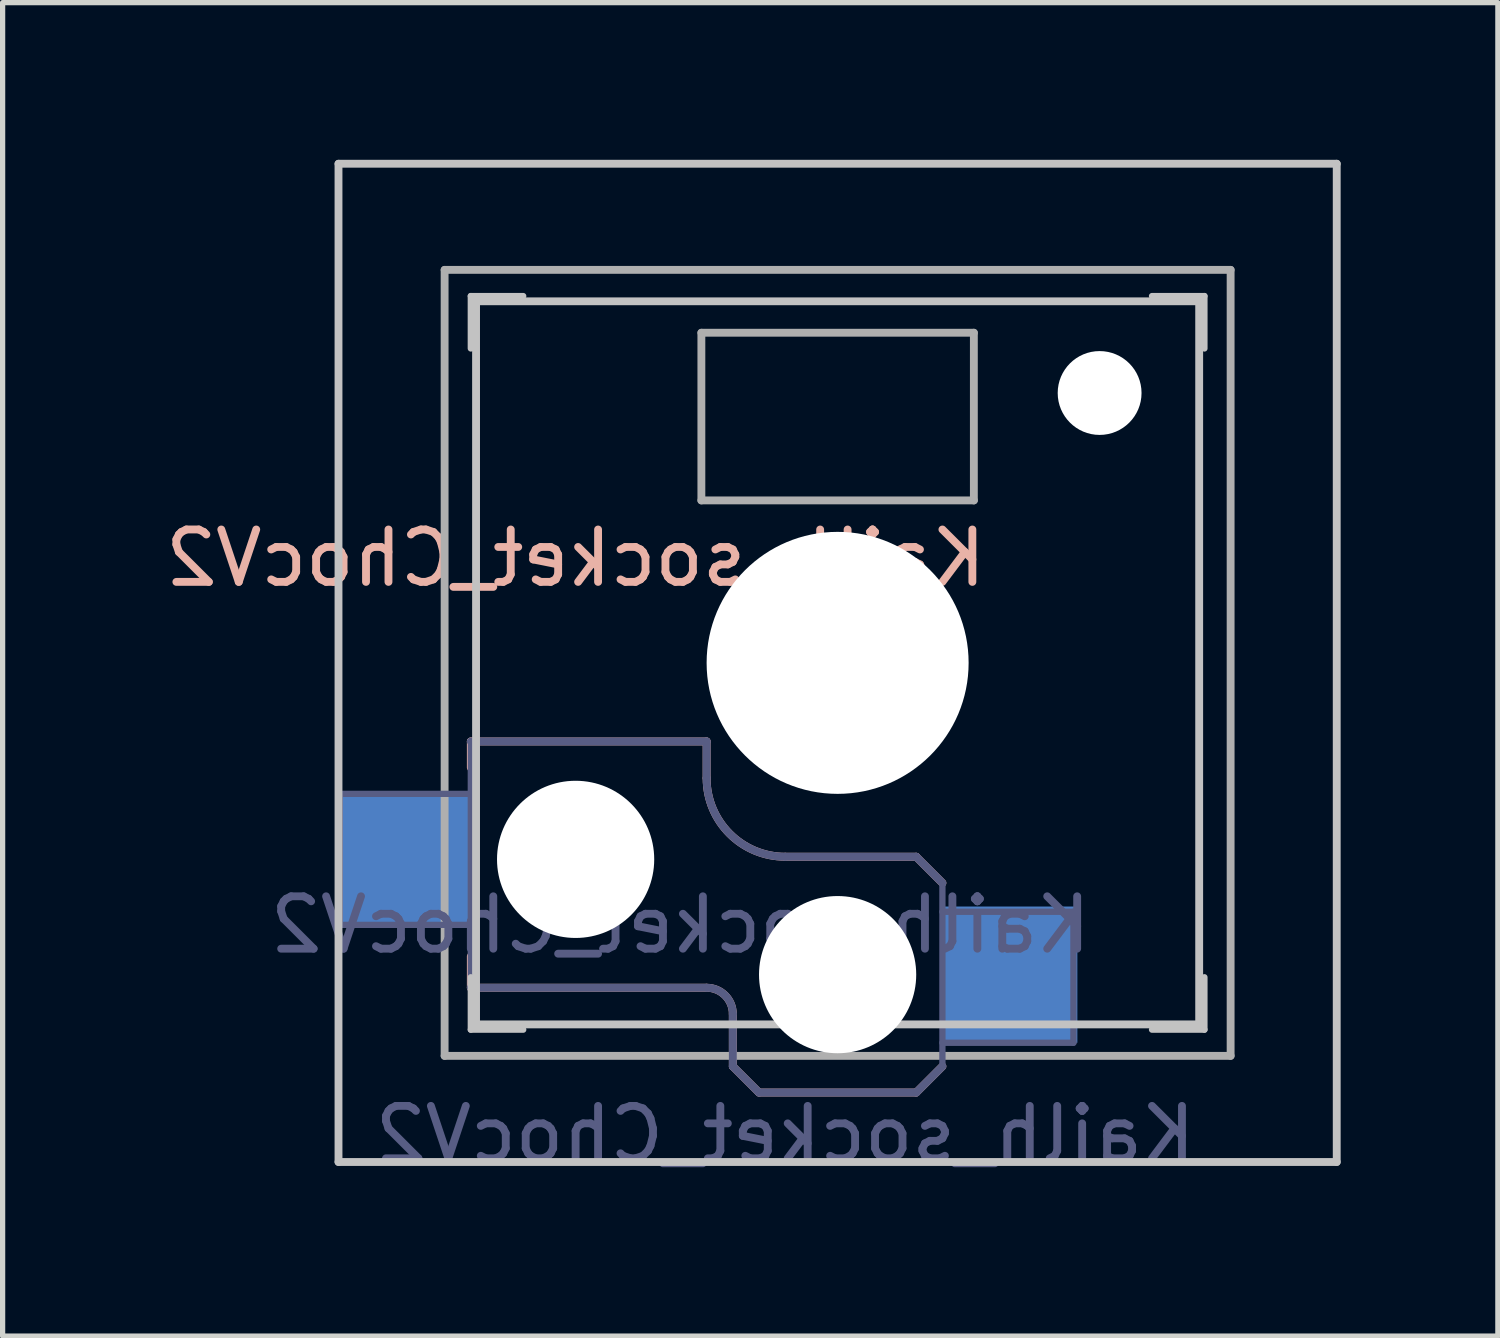
<source format=kicad_pcb>
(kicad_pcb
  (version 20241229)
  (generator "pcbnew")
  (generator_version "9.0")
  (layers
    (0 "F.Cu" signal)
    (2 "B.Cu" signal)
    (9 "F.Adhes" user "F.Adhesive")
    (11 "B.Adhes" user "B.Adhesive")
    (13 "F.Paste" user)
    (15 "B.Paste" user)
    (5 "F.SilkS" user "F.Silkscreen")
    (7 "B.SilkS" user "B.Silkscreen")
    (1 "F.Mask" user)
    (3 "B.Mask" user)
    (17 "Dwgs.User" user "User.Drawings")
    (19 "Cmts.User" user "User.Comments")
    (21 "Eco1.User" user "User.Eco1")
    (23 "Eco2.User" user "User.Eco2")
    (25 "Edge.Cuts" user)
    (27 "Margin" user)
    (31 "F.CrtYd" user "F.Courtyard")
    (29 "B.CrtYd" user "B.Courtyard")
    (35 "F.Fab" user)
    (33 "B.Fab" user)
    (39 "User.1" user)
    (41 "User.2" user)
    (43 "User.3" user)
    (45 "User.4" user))
  (footprint "Kailh_socket_ChocV2"
    (layer "F.Cu")
    (at 12.935 9.6)
    (property "Reference" "Kailh_socket_ChocV2" (at -5 -2 0) (layer "B.SilkS") (effects (font (size 1 1) (thickness 0.15)) (justify mirror)))
    (property "Value" "Kailh_socket_ChocV2" (at 0 8.255 0) (layer "F.Fab") (hide yes) (effects (font (size 1 1) (thickness 0.15))))
    (attr smd)
    (fp_line (start -7 1.5) (end -7 2) (stroke (width 0.15) (type solid)) (layer "B.SilkS"))
    (fp_line (start -7 5.6) (end -7 6.2) (stroke (width 0.15) (type solid)) (layer "B.SilkS"))
    (fp_line (start -7 6.2) (end -2.5 6.2) (stroke (width 0.15) (type solid)) (layer "B.SilkS"))
    (fp_line (start -2.5 1.5) (end -7 1.5) (stroke (width 0.15) (type solid)) (layer "B.SilkS"))
    (fp_line (start -2.5 2.2) (end -2.5 1.5) (stroke (width 0.15) (type solid)) (layer "B.SilkS"))
    (fp_line (start -2 6.7) (end -2 7.7) (stroke (width 0.15) (type solid)) (layer "B.SilkS"))
    (fp_line (start -1.5 8.2) (end -2 7.7) (stroke (width 0.15) (type solid)) (layer "B.SilkS"))
    (fp_line (start 1.5 3.7) (end -1 3.7) (stroke (width 0.15) (type solid)) (layer "B.SilkS"))
    (fp_line (start 1.5 8.2) (end -1.5 8.2) (stroke (width 0.15) (type solid)) (layer "B.SilkS"))
    (fp_line (start 2 4.2) (end 1.5 3.7) (stroke (width 0.15) (type solid)) (layer "B.SilkS"))
    (fp_line (start 2 7.7) (end 1.5 8.2) (stroke (width 0.15) (type solid)) (layer "B.SilkS"))
    (fp_arc (start -2.5 6.2) (mid -2.146447 6.346447) (end -2 6.7) (stroke (width 0.15) (type solid)) (layer "B.SilkS"))
    (fp_arc (start -1 3.7) (mid -2.06066 3.26066) (end -2.5 2.2) (stroke (width 0.15) (type solid)) (layer "B.SilkS"))
    (fp_line (start -9.525 -9.525) (end 9.525 -9.525) (stroke (width 0.15) (type solid)) (layer "Dwgs.User"))
    (fp_line (start -9.525 9.525) (end -9.525 -9.525) (stroke (width 0.15) (type solid)) (layer "Dwgs.User"))
    (fp_line (start -7 -7) (end -7 -6) (stroke (width 0.12) (type solid)) (layer "Dwgs.User"))
    (fp_line (start -7 -7) (end -6 -7) (stroke (width 0.12) (type solid)) (layer "Dwgs.User"))
    (fp_line (start -7 7) (end -7 6) (stroke (width 0.12) (type solid)) (layer "Dwgs.User"))
    (fp_line (start -7 7) (end -6 7) (stroke (width 0.12) (type solid)) (layer "Dwgs.User"))
    (fp_line (start -6.9 6.9) (end -6.9 -6.9) (stroke (width 0.15) (type solid)) (layer "Dwgs.User"))
    (fp_line (start -6.9 6.9) (end 6.9 6.9) (stroke (width 0.15) (type solid)) (layer "Dwgs.User"))
    (fp_line (start 6.9 -6.9) (end -6.9 -6.9) (stroke (width 0.15) (type solid)) (layer "Dwgs.User"))
    (fp_line (start 6.9 -6.9) (end 6.9 6.9) (stroke (width 0.15) (type solid)) (layer "Dwgs.User"))
    (fp_line (start 7 -7) (end 6 -7) (stroke (width 0.12) (type solid)) (layer "Dwgs.User"))
    (fp_line (start 7 -7) (end 7 -6) (stroke (width 0.12) (type solid)) (layer "Dwgs.User"))
    (fp_line (start 7 7) (end 6 7) (stroke (width 0.12) (type solid)) (layer "Dwgs.User"))
    (fp_line (start 7 7) (end 7 6) (stroke (width 0.12) (type solid)) (layer "Dwgs.User"))
    (fp_line (start 9.525 -9.525) (end 9.525 9.525) (stroke (width 0.15) (type solid)) (layer "Dwgs.User"))
    (fp_line (start 9.525 9.525) (end -9.525 9.525) (stroke (width 0.15) (type solid)) (layer "Dwgs.User"))
    (fp_line (start -9.5 2.5) (end -7 2.5) (stroke (width 0.12) (type solid)) (layer "B.Fab"))
    (fp_line (start -9.5 5) (end -9.5 2.5) (stroke (width 0.12) (type solid)) (layer "B.Fab"))
    (fp_line (start -7 1.5) (end -7 6.2) (stroke (width 0.12) (type solid)) (layer "B.Fab"))
    (fp_line (start -7 5) (end -9.5 5) (stroke (width 0.12) (type solid)) (layer "B.Fab"))
    (fp_line (start -7 6.2) (end -2.5 6.2) (stroke (width 0.15) (type solid)) (layer "B.Fab"))
    (fp_line (start -2.5 1.5) (end -7 1.5) (stroke (width 0.15) (type solid)) (layer "B.Fab"))
    (fp_line (start -2.5 2.2) (end -2.5 1.5) (stroke (width 0.15) (type solid)) (layer "B.Fab"))
    (fp_line (start -2 6.7) (end -2 7.7) (stroke (width 0.15) (type solid)) (layer "B.Fab"))
    (fp_line (start -1.5 8.2) (end -2 7.7) (stroke (width 0.15) (type solid)) (layer "B.Fab"))
    (fp_line (start 1.5 3.7) (end -1 3.7) (stroke (width 0.15) (type solid)) (layer "B.Fab"))
    (fp_line (start 1.5 8.2) (end -1.5 8.2) (stroke (width 0.15) (type solid)) (layer "B.Fab"))
    (fp_line (start 2 4.2) (end 1.5 3.7) (stroke (width 0.15) (type solid)) (layer "B.Fab"))
    (fp_line (start 2 4.25) (end 2 7.7) (stroke (width 0.12) (type solid)) (layer "B.Fab"))
    (fp_line (start 2 4.75) (end 4.5 4.75) (stroke (width 0.12) (type solid)) (layer "B.Fab"))
    (fp_line (start 2 7.7) (end 1.5 8.2) (stroke (width 0.15) (type solid)) (layer "B.Fab"))
    (fp_line (start 4.5 4.75) (end 4.5 7.25) (stroke (width 0.12) (type solid)) (layer "B.Fab"))
    (fp_line (start 4.5 7.25) (end 2 7.25) (stroke (width 0.12) (type solid)) (layer "B.Fab"))
    (fp_arc (start -2.5 6.2) (mid -2.146447 6.346447) (end -2 6.7) (stroke (width 0.15) (type solid)) (layer "B.Fab"))
    (fp_arc (start -1 3.7) (mid -2.06066 3.26066) (end -2.5 2.2) (stroke (width 0.15) (type solid)) (layer "B.Fab"))
    (fp_line (start -7.5 -7.5) (end 7.5 -7.5) (stroke (width 0.15) (type solid)) (layer "F.Fab"))
    (fp_line (start -7.5 7.5) (end -7.5 -7.5) (stroke (width 0.15) (type solid)) (layer "F.Fab"))
    (fp_line (start -2.6 -3.1) (end -2.6 -6.3) (stroke (width 0.15) (type solid)) (layer "F.Fab"))
    (fp_line (start -2.6 -3.1) (end 2.6 -3.1) (stroke (width 0.15) (type solid)) (layer "F.Fab"))
    (fp_line (start 2.6 -6.3) (end -2.6 -6.3) (stroke (width 0.15) (type solid)) (layer "F.Fab"))
    (fp_line (start 2.6 -3.1) (end 2.6 -6.3) (stroke (width 0.15) (type solid)) (layer "F.Fab"))
    (fp_line (start 7.5 -7.5) (end 7.5 7.5) (stroke (width 0.15) (type solid)) (layer "F.Fab"))
    (fp_line (start 7.5 7.5) (end -7.5 7.5) (stroke (width 0.15) (type solid)) (layer "F.Fab"))
    (fp_text user "${VALUE}" (at -1 9 0) (layer "B.Fab") (effects (font (size 1 1) (thickness 0.15)) (justify mirror)))
    (fp_text user "${REFERENCE}" (at -3 5 0) (layer "B.Fab") (effects (font (size 1 1) (thickness 0.15)) (justify mirror)))
    (pad "" np_thru_hole circle (at -5 3.75) (size 3 3) (drill 3) (layers "*.Cu" "*.Mask"))
    (pad "" np_thru_hole circle (at 0 0) (size 5 5) (drill 5) (layers "*.Cu" "*.Mask"))
    (pad "" np_thru_hole circle (at 0 5.95) (size 3 3) (drill 3) (layers "*.Cu" "*.Mask"))
    (pad "" np_thru_hole circle (at 5 -5.15) (size 1.6 1.6) (drill 1.6) (layers "*.Cu" "*.Mask"))
    (pad "1" smd rect (at 3.275 5.95) (size 2.6 2.6) (layers "B.Cu" "B.Mask" "B.Paste"))
    (pad "2" smd rect (at -8.275 3.75) (size 2.6 2.6) (layers "B.Cu" "B.Mask" "B.Paste")))
  (gr_rect
    (start -3 -3)
    (end 25.535 22.448)
    (stroke (width 0.1) (type default))
    (fill no)
    (layer "Edge.Cuts")))
</source>
